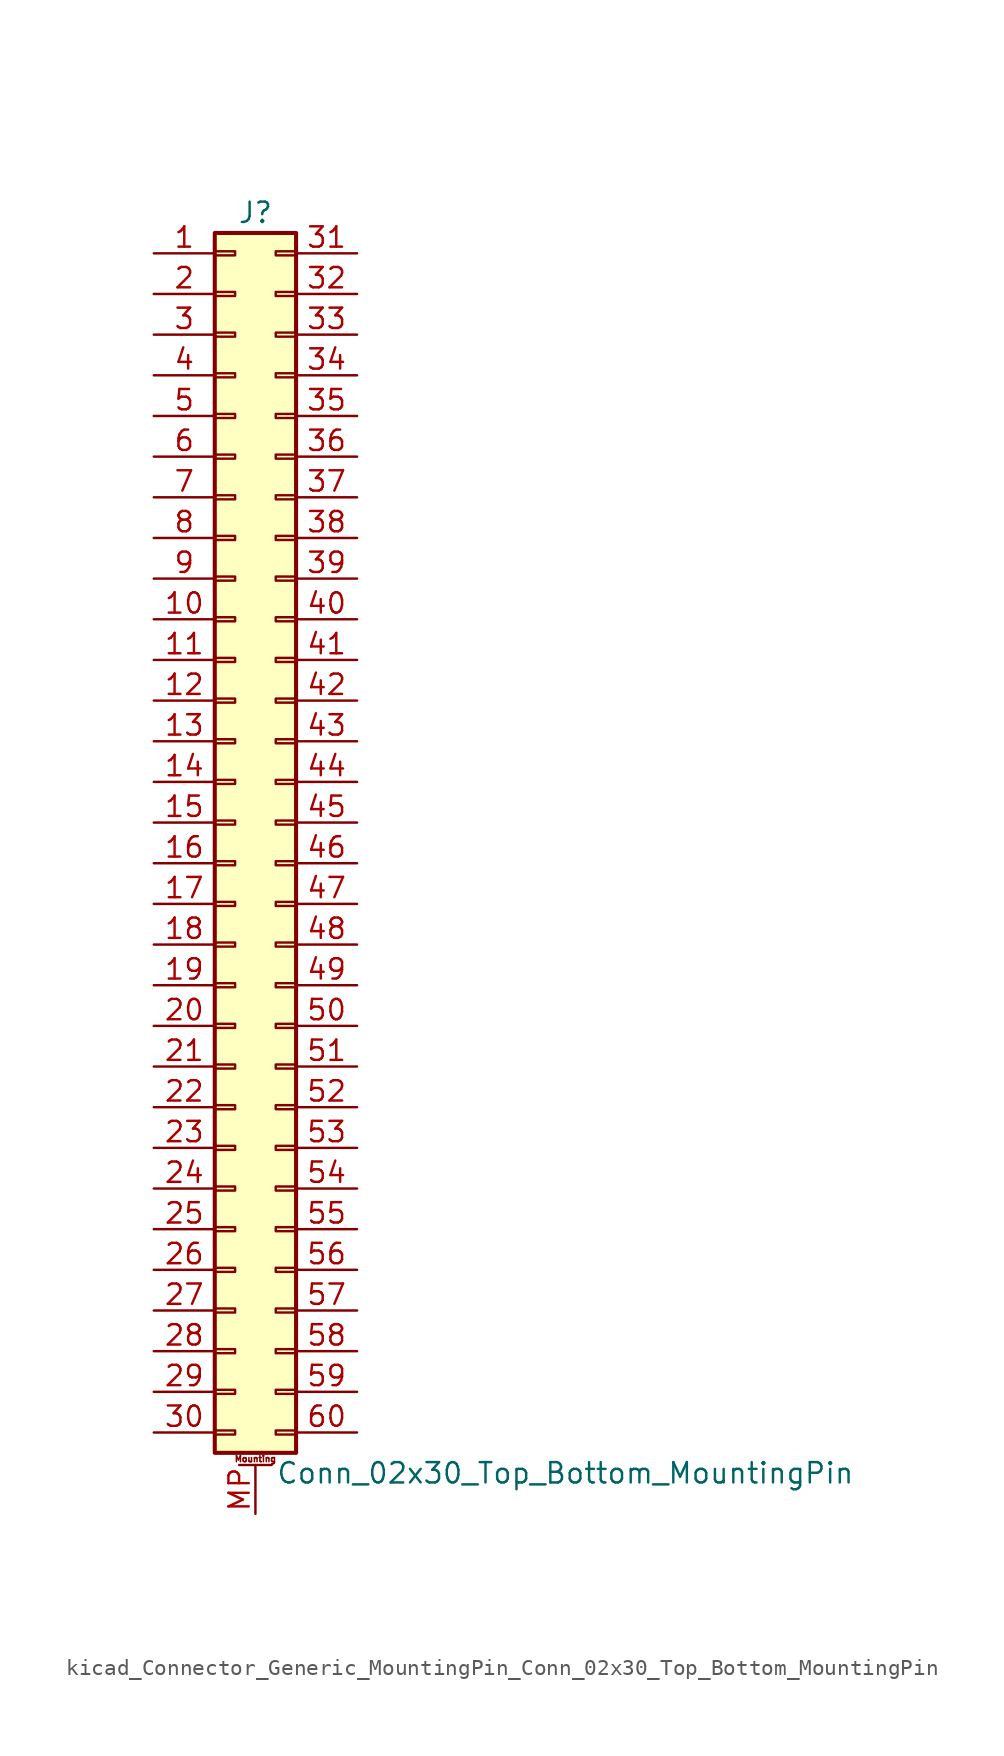
<source format=kicad_sym>
(kicad_symbol_lib
  (version 20220914)
  (generator kicad_symbol_editor)
  (symbol "kicad_Connector_Generic_MountingPin_Conn_02x30_Top_Bottom_MountingPin"
    (pin_names
      (offset 1.016) hide)
    (property "Reference" "J"
      (at 1.27 38.1 0)
      (effects (font (size 1.27 1.27))))
    (property "Value" "Conn_02x30_Top_Bottom_MountingPin"
      (at 2.54 -40.64 0)
      (effects (font (size 1.27 1.27)) (justify left)))
    (symbol "kicad_Connector_Generic_MountingPin_Conn_02x30_Top_Bottom_MountingPin_1_1"
      (rectangle (start -1.27 -37.973) (end 0 -38.227) (stroke (width 0.152) (type default)) (fill (type none)))
      (rectangle (start -1.27 -35.433) (end 0 -35.687) (stroke (width 0.152) (type default)) (fill (type none)))
      (rectangle (start -1.27 -32.893) (end 0 -33.147) (stroke (width 0.152) (type default)) (fill (type none)))
      (rectangle (start -1.27 -30.353) (end 0 -30.607) (stroke (width 0.152) (type default)) (fill (type none)))
      (rectangle (start -1.27 -27.813) (end 0 -28.067) (stroke (width 0.152) (type default)) (fill (type none)))
      (rectangle (start -1.27 -25.273) (end 0 -25.527) (stroke (width 0.152) (type default)) (fill (type none)))
      (rectangle (start -1.27 -22.733) (end 0 -22.987) (stroke (width 0.152) (type default)) (fill (type none)))
      (rectangle (start -1.27 -20.193) (end 0 -20.447) (stroke (width 0.152) (type default)) (fill (type none)))
      (rectangle (start -1.27 -17.653) (end 0 -17.907) (stroke (width 0.152) (type default)) (fill (type none)))
      (rectangle (start -1.27 -15.113) (end 0 -15.367) (stroke (width 0.152) (type default)) (fill (type none)))
      (rectangle (start -1.27 -12.573) (end 0 -12.827) (stroke (width 0.152) (type default)) (fill (type none)))
      (rectangle (start -1.27 -10.033) (end 0 -10.287) (stroke (width 0.152) (type default)) (fill (type none)))
      (rectangle (start -1.27 -7.493) (end 0 -7.747) (stroke (width 0.152) (type default)) (fill (type none)))
      (rectangle (start -1.27 -4.953) (end 0 -5.207) (stroke (width 0.152) (type default)) (fill (type none)))
      (rectangle (start -1.27 -2.413) (end 0 -2.667) (stroke (width 0.152) (type default)) (fill (type none)))
      (rectangle (start -1.27 0.127) (end 0 -0.127) (stroke (width 0.152) (type default)) (fill (type none)))
      (rectangle (start -1.27 2.667) (end 0 2.413) (stroke (width 0.152) (type default)) (fill (type none)))
      (rectangle (start -1.27 5.207) (end 0 4.953) (stroke (width 0.152) (type default)) (fill (type none)))
      (rectangle (start -1.27 7.747) (end 0 7.493) (stroke (width 0.152) (type default)) (fill (type none)))
      (rectangle (start -1.27 10.287) (end 0 10.033) (stroke (width 0.152) (type default)) (fill (type none)))
      (rectangle (start -1.27 12.827) (end 0 12.573) (stroke (width 0.152) (type default)) (fill (type none)))
      (rectangle (start -1.27 15.367) (end 0 15.113) (stroke (width 0.152) (type default)) (fill (type none)))
      (rectangle (start -1.27 17.907) (end 0 17.653) (stroke (width 0.152) (type default)) (fill (type none)))
      (rectangle (start -1.27 20.447) (end 0 20.193) (stroke (width 0.152) (type default)) (fill (type none)))
      (rectangle (start -1.27 22.987) (end 0 22.733) (stroke (width 0.152) (type default)) (fill (type none)))
      (rectangle (start -1.27 25.527) (end 0 25.273) (stroke (width 0.152) (type default)) (fill (type none)))
      (rectangle (start -1.27 28.067) (end 0 27.813) (stroke (width 0.152) (type default)) (fill (type none)))
      (rectangle (start -1.27 30.607) (end 0 30.353) (stroke (width 0.152) (type default)) (fill (type none)))
      (rectangle (start -1.27 33.147) (end 0 32.893) (stroke (width 0.152) (type default)) (fill (type none)))
      (rectangle (start -1.27 35.687) (end 0 35.433) (stroke (width 0.152) (type default)) (fill (type none)))
      (rectangle (start -1.27 36.83) (end 3.81 -39.37) (stroke (width 0.254) (type default)) (fill (type background)))
      (polyline (pts (xy 0.254 -40.132) (xy 2.286 -40.132)) (stroke (width 0.152) (type default)) (fill (type none)))
      (rectangle (start 3.81 -37.973) (end 2.54 -38.227) (stroke (width 0.152) (type default)) (fill (type none)))
      (rectangle (start 3.81 -35.433) (end 2.54 -35.687) (stroke (width 0.152) (type default)) (fill (type none)))
      (rectangle (start 3.81 -32.893) (end 2.54 -33.147) (stroke (width 0.152) (type default)) (fill (type none)))
      (rectangle (start 3.81 -30.353) (end 2.54 -30.607) (stroke (width 0.152) (type default)) (fill (type none)))
      (rectangle (start 3.81 -27.813) (end 2.54 -28.067) (stroke (width 0.152) (type default)) (fill (type none)))
      (rectangle (start 3.81 -25.273) (end 2.54 -25.527) (stroke (width 0.152) (type default)) (fill (type none)))
      (rectangle (start 3.81 -22.733) (end 2.54 -22.987) (stroke (width 0.152) (type default)) (fill (type none)))
      (rectangle (start 3.81 -20.193) (end 2.54 -20.447) (stroke (width 0.152) (type default)) (fill (type none)))
      (rectangle (start 3.81 -17.653) (end 2.54 -17.907) (stroke (width 0.152) (type default)) (fill (type none)))
      (rectangle (start 3.81 -15.113) (end 2.54 -15.367) (stroke (width 0.152) (type default)) (fill (type none)))
      (rectangle (start 3.81 -12.573) (end 2.54 -12.827) (stroke (width 0.152) (type default)) (fill (type none)))
      (rectangle (start 3.81 -10.033) (end 2.54 -10.287) (stroke (width 0.152) (type default)) (fill (type none)))
      (rectangle (start 3.81 -7.493) (end 2.54 -7.747) (stroke (width 0.152) (type default)) (fill (type none)))
      (rectangle (start 3.81 -4.953) (end 2.54 -5.207) (stroke (width 0.152) (type default)) (fill (type none)))
      (rectangle (start 3.81 -2.413) (end 2.54 -2.667) (stroke (width 0.152) (type default)) (fill (type none)))
      (rectangle (start 3.81 0.127) (end 2.54 -0.127) (stroke (width 0.152) (type default)) (fill (type none)))
      (rectangle (start 3.81 2.667) (end 2.54 2.413) (stroke (width 0.152) (type default)) (fill (type none)))
      (rectangle (start 3.81 5.207) (end 2.54 4.953) (stroke (width 0.152) (type default)) (fill (type none)))
      (rectangle (start 3.81 7.747) (end 2.54 7.493) (stroke (width 0.152) (type default)) (fill (type none)))
      (rectangle (start 3.81 10.287) (end 2.54 10.033) (stroke (width 0.152) (type default)) (fill (type none)))
      (rectangle (start 3.81 12.827) (end 2.54 12.573) (stroke (width 0.152) (type default)) (fill (type none)))
      (rectangle (start 3.81 15.367) (end 2.54 15.113) (stroke (width 0.152) (type default)) (fill (type none)))
      (rectangle (start 3.81 17.907) (end 2.54 17.653) (stroke (width 0.152) (type default)) (fill (type none)))
      (rectangle (start 3.81 20.447) (end 2.54 20.193) (stroke (width 0.152) (type default)) (fill (type none)))
      (rectangle (start 3.81 22.987) (end 2.54 22.733) (stroke (width 0.152) (type default)) (fill (type none)))
      (rectangle (start 3.81 25.527) (end 2.54 25.273) (stroke (width 0.152) (type default)) (fill (type none)))
      (rectangle (start 3.81 28.067) (end 2.54 27.813) (stroke (width 0.152) (type default)) (fill (type none)))
      (rectangle (start 3.81 30.607) (end 2.54 30.353) (stroke (width 0.152) (type default)) (fill (type none)))
      (rectangle (start 3.81 33.147) (end 2.54 32.893) (stroke (width 0.152) (type default)) (fill (type none)))
      (rectangle (start 3.81 35.687) (end 2.54 35.433) (stroke (width 0.152) (type default)) (fill (type none)))
      (text "Mounting" (at 1.27 -39.751 0) (effects (font (size 0.381 0.381))))
      (pin passive line (at -5.08 35.56 0) (length 3.81) (name "Pin_1" (effects (font (size 1.27 1.27)))) (number "1" (effects (font (size 1.27 1.27)))))
      (pin passive line (at -5.08 12.7 0) (length 3.81) (name "Pin_10" (effects (font (size 1.27 1.27)))) (number "10" (effects (font (size 1.27 1.27)))))
      (pin passive line (at -5.08 10.16 0) (length 3.81) (name "Pin_11" (effects (font (size 1.27 1.27)))) (number "11" (effects (font (size 1.27 1.27)))))
      (pin passive line (at -5.08 7.62 0) (length 3.81) (name "Pin_12" (effects (font (size 1.27 1.27)))) (number "12" (effects (font (size 1.27 1.27)))))
      (pin passive line (at -5.08 5.08 0) (length 3.81) (name "Pin_13" (effects (font (size 1.27 1.27)))) (number "13" (effects (font (size 1.27 1.27)))))
      (pin passive line (at -5.08 2.54 0) (length 3.81) (name "Pin_14" (effects (font (size 1.27 1.27)))) (number "14" (effects (font (size 1.27 1.27)))))
      (pin passive line (at -5.08 0 0) (length 3.81) (name "Pin_15" (effects (font (size 1.27 1.27)))) (number "15" (effects (font (size 1.27 1.27)))))
      (pin passive line (at -5.08 -2.54 0) (length 3.81) (name "Pin_16" (effects (font (size 1.27 1.27)))) (number "16" (effects (font (size 1.27 1.27)))))
      (pin passive line (at -5.08 -5.08 0) (length 3.81) (name "Pin_17" (effects (font (size 1.27 1.27)))) (number "17" (effects (font (size 1.27 1.27)))))
      (pin passive line (at -5.08 -7.62 0) (length 3.81) (name "Pin_18" (effects (font (size 1.27 1.27)))) (number "18" (effects (font (size 1.27 1.27)))))
      (pin passive line (at -5.08 -10.16 0) (length 3.81) (name "Pin_19" (effects (font (size 1.27 1.27)))) (number "19" (effects (font (size 1.27 1.27)))))
      (pin passive line (at -5.08 33.02 0) (length 3.81) (name "Pin_2" (effects (font (size 1.27 1.27)))) (number "2" (effects (font (size 1.27 1.27)))))
      (pin passive line (at -5.08 -12.7 0) (length 3.81) (name "Pin_20" (effects (font (size 1.27 1.27)))) (number "20" (effects (font (size 1.27 1.27)))))
      (pin passive line (at -5.08 -15.24 0) (length 3.81) (name "Pin_21" (effects (font (size 1.27 1.27)))) (number "21" (effects (font (size 1.27 1.27)))))
      (pin passive line (at -5.08 -17.78 0) (length 3.81) (name "Pin_22" (effects (font (size 1.27 1.27)))) (number "22" (effects (font (size 1.27 1.27)))))
      (pin passive line (at -5.08 -20.32 0) (length 3.81) (name "Pin_23" (effects (font (size 1.27 1.27)))) (number "23" (effects (font (size 1.27 1.27)))))
      (pin passive line (at -5.08 -22.86 0) (length 3.81) (name "Pin_24" (effects (font (size 1.27 1.27)))) (number "24" (effects (font (size 1.27 1.27)))))
      (pin passive line (at -5.08 -25.4 0) (length 3.81) (name "Pin_25" (effects (font (size 1.27 1.27)))) (number "25" (effects (font (size 1.27 1.27)))))
      (pin passive line (at -5.08 -27.94 0) (length 3.81) (name "Pin_26" (effects (font (size 1.27 1.27)))) (number "26" (effects (font (size 1.27 1.27)))))
      (pin passive line (at -5.08 -30.48 0) (length 3.81) (name "Pin_27" (effects (font (size 1.27 1.27)))) (number "27" (effects (font (size 1.27 1.27)))))
      (pin passive line (at -5.08 -33.02 0) (length 3.81) (name "Pin_28" (effects (font (size 1.27 1.27)))) (number "28" (effects (font (size 1.27 1.27)))))
      (pin passive line (at -5.08 -35.56 0) (length 3.81) (name "Pin_29" (effects (font (size 1.27 1.27)))) (number "29" (effects (font (size 1.27 1.27)))))
      (pin passive line (at -5.08 30.48 0) (length 3.81) (name "Pin_3" (effects (font (size 1.27 1.27)))) (number "3" (effects (font (size 1.27 1.27)))))
      (pin passive line (at -5.08 -38.1 0) (length 3.81) (name "Pin_30" (effects (font (size 1.27 1.27)))) (number "30" (effects (font (size 1.27 1.27)))))
      (pin passive line (at 7.62 35.56 180) (length 3.81) (name "Pin_31" (effects (font (size 1.27 1.27)))) (number "31" (effects (font (size 1.27 1.27)))))
      (pin passive line (at 7.62 33.02 180) (length 3.81) (name "Pin_32" (effects (font (size 1.27 1.27)))) (number "32" (effects (font (size 1.27 1.27)))))
      (pin passive line (at 7.62 30.48 180) (length 3.81) (name "Pin_33" (effects (font (size 1.27 1.27)))) (number "33" (effects (font (size 1.27 1.27)))))
      (pin passive line (at 7.62 27.94 180) (length 3.81) (name "Pin_34" (effects (font (size 1.27 1.27)))) (number "34" (effects (font (size 1.27 1.27)))))
      (pin passive line (at 7.62 25.4 180) (length 3.81) (name "Pin_35" (effects (font (size 1.27 1.27)))) (number "35" (effects (font (size 1.27 1.27)))))
      (pin passive line (at 7.62 22.86 180) (length 3.81) (name "Pin_36" (effects (font (size 1.27 1.27)))) (number "36" (effects (font (size 1.27 1.27)))))
      (pin passive line (at 7.62 20.32 180) (length 3.81) (name "Pin_37" (effects (font (size 1.27 1.27)))) (number "37" (effects (font (size 1.27 1.27)))))
      (pin passive line (at 7.62 17.78 180) (length 3.81) (name "Pin_38" (effects (font (size 1.27 1.27)))) (number "38" (effects (font (size 1.27 1.27)))))
      (pin passive line (at 7.62 15.24 180) (length 3.81) (name "Pin_39" (effects (font (size 1.27 1.27)))) (number "39" (effects (font (size 1.27 1.27)))))
      (pin passive line (at -5.08 27.94 0) (length 3.81) (name "Pin_4" (effects (font (size 1.27 1.27)))) (number "4" (effects (font (size 1.27 1.27)))))
      (pin passive line (at 7.62 12.7 180) (length 3.81) (name "Pin_40" (effects (font (size 1.27 1.27)))) (number "40" (effects (font (size 1.27 1.27)))))
      (pin passive line (at 7.62 10.16 180) (length 3.81) (name "Pin_41" (effects (font (size 1.27 1.27)))) (number "41" (effects (font (size 1.27 1.27)))))
      (pin passive line (at 7.62 7.62 180) (length 3.81) (name "Pin_42" (effects (font (size 1.27 1.27)))) (number "42" (effects (font (size 1.27 1.27)))))
      (pin passive line (at 7.62 5.08 180) (length 3.81) (name "Pin_43" (effects (font (size 1.27 1.27)))) (number "43" (effects (font (size 1.27 1.27)))))
      (pin passive line (at 7.62 2.54 180) (length 3.81) (name "Pin_44" (effects (font (size 1.27 1.27)))) (number "44" (effects (font (size 1.27 1.27)))))
      (pin passive line (at 7.62 0 180) (length 3.81) (name "Pin_45" (effects (font (size 1.27 1.27)))) (number "45" (effects (font (size 1.27 1.27)))))
      (pin passive line (at 7.62 -2.54 180) (length 3.81) (name "Pin_46" (effects (font (size 1.27 1.27)))) (number "46" (effects (font (size 1.27 1.27)))))
      (pin passive line (at 7.62 -5.08 180) (length 3.81) (name "Pin_47" (effects (font (size 1.27 1.27)))) (number "47" (effects (font (size 1.27 1.27)))))
      (pin passive line (at 7.62 -7.62 180) (length 3.81) (name "Pin_48" (effects (font (size 1.27 1.27)))) (number "48" (effects (font (size 1.27 1.27)))))
      (pin passive line (at 7.62 -10.16 180) (length 3.81) (name "Pin_49" (effects (font (size 1.27 1.27)))) (number "49" (effects (font (size 1.27 1.27)))))
      (pin passive line (at -5.08 25.4 0) (length 3.81) (name "Pin_5" (effects (font (size 1.27 1.27)))) (number "5" (effects (font (size 1.27 1.27)))))
      (pin passive line (at 7.62 -12.7 180) (length 3.81) (name "Pin_50" (effects (font (size 1.27 1.27)))) (number "50" (effects (font (size 1.27 1.27)))))
      (pin passive line (at 7.62 -15.24 180) (length 3.81) (name "Pin_51" (effects (font (size 1.27 1.27)))) (number "51" (effects (font (size 1.27 1.27)))))
      (pin passive line (at 7.62 -17.78 180) (length 3.81) (name "Pin_52" (effects (font (size 1.27 1.27)))) (number "52" (effects (font (size 1.27 1.27)))))
      (pin passive line (at 7.62 -20.32 180) (length 3.81) (name "Pin_53" (effects (font (size 1.27 1.27)))) (number "53" (effects (font (size 1.27 1.27)))))
      (pin passive line (at 7.62 -22.86 180) (length 3.81) (name "Pin_54" (effects (font (size 1.27 1.27)))) (number "54" (effects (font (size 1.27 1.27)))))
      (pin passive line (at 7.62 -25.4 180) (length 3.81) (name "Pin_55" (effects (font (size 1.27 1.27)))) (number "55" (effects (font (size 1.27 1.27)))))
      (pin passive line (at 7.62 -27.94 180) (length 3.81) (name "Pin_56" (effects (font (size 1.27 1.27)))) (number "56" (effects (font (size 1.27 1.27)))))
      (pin passive line (at 7.62 -30.48 180) (length 3.81) (name "Pin_57" (effects (font (size 1.27 1.27)))) (number "57" (effects (font (size 1.27 1.27)))))
      (pin passive line (at 7.62 -33.02 180) (length 3.81) (name "Pin_58" (effects (font (size 1.27 1.27)))) (number "58" (effects (font (size 1.27 1.27)))))
      (pin passive line (at 7.62 -35.56 180) (length 3.81) (name "Pin_59" (effects (font (size 1.27 1.27)))) (number "59" (effects (font (size 1.27 1.27)))))
      (pin passive line (at -5.08 22.86 0) (length 3.81) (name "Pin_6" (effects (font (size 1.27 1.27)))) (number "6" (effects (font (size 1.27 1.27)))))
      (pin passive line (at 7.62 -38.1 180) (length 3.81) (name "Pin_60" (effects (font (size 1.27 1.27)))) (number "60" (effects (font (size 1.27 1.27)))))
      (pin passive line (at -5.08 20.32 0) (length 3.81) (name "Pin_7" (effects (font (size 1.27 1.27)))) (number "7" (effects (font (size 1.27 1.27)))))
      (pin passive line (at -5.08 17.78 0) (length 3.81) (name "Pin_8" (effects (font (size 1.27 1.27)))) (number "8" (effects (font (size 1.27 1.27)))))
      (pin passive line (at -5.08 15.24 0) (length 3.81) (name "Pin_9" (effects (font (size 1.27 1.27)))) (number "9" (effects (font (size 1.27 1.27)))))
      (pin passive line (at 1.27 -43.18 90) (length 3.048) (name "MountPin" (effects (font (size 1.27 1.27)))) (number "MP" (effects (font (size 1.27 1.27))))))))
</source>
